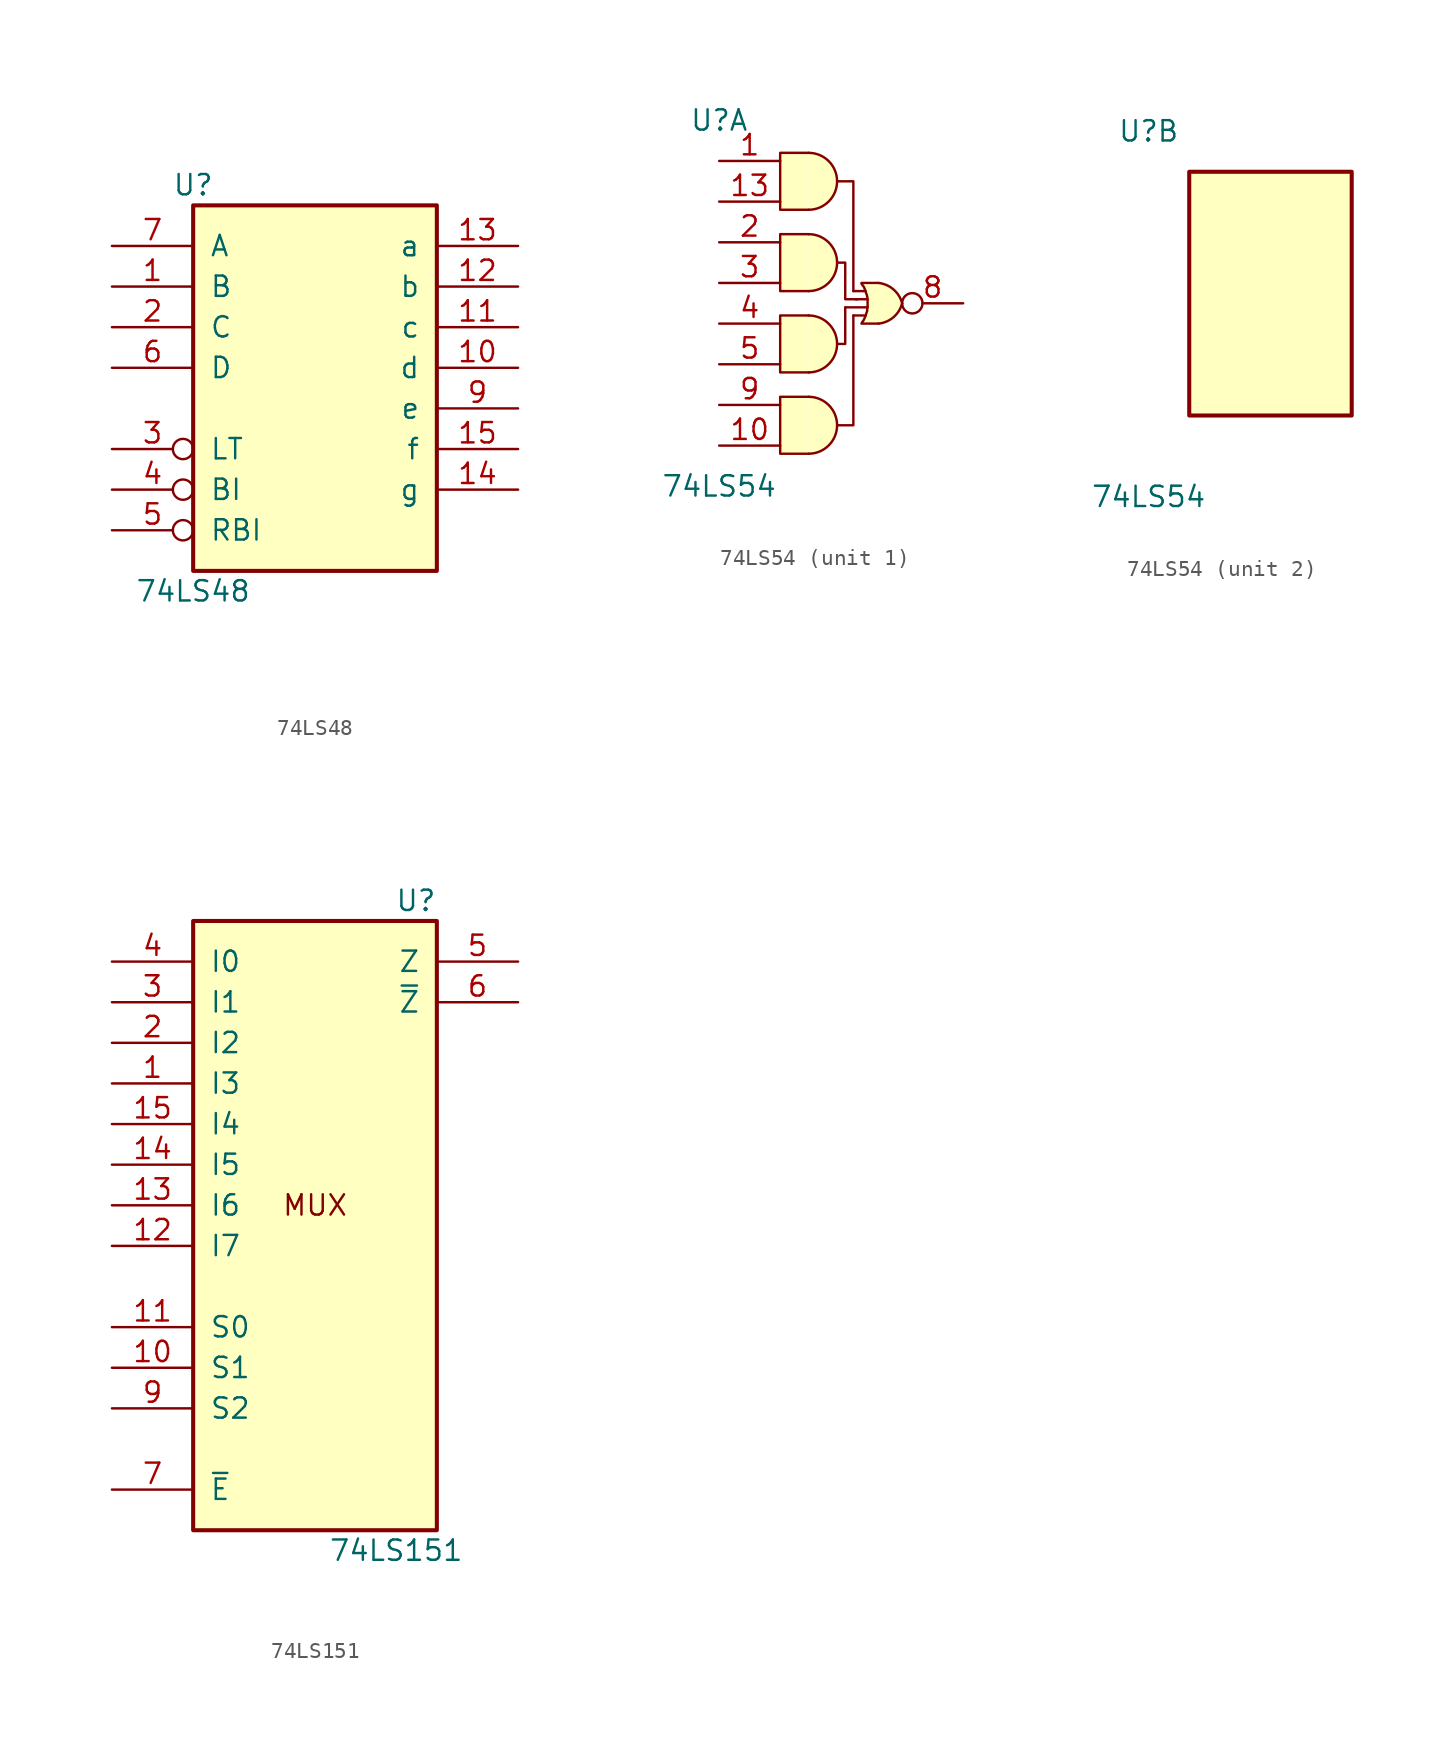
<source format=kicad_sym>
(kicad_symbol_lib
  (version 20231120)
  (generator "kicad_symbol_editor")
  (generator_version "8.0")
  (symbol "74LS48"
    (pin_names
      (offset 1.016))
    (property "Reference" "U"
      (at -7.62 11.43 0)
      (effects (font (size 1.27 1.27))))
    (property "Value" "74LS48"
      (at -7.62 -13.97 0)
      (effects (font (size 1.27 1.27))))
    (property "ki_locked" ""
      (at 0 0 0)
      (effects (font (size 1.27 1.27))))
    (symbol "74LS48_1_0"
      (pin input line (at -12.7 5.08 0) (length 5.08) (name "B" (effects (font (size 1.27 1.27)))) (number "1" (effects (font (size 1.27 1.27)))))
      (pin open_collector line (at 12.7 0 180) (length 5.08) (name "d" (effects (font (size 1.27 1.27)))) (number "10" (effects (font (size 1.27 1.27)))))
      (pin open_collector line (at 12.7 2.54 180) (length 5.08) (name "c" (effects (font (size 1.27 1.27)))) (number "11" (effects (font (size 1.27 1.27)))))
      (pin open_collector line (at 12.7 5.08 180) (length 5.08) (name "b" (effects (font (size 1.27 1.27)))) (number "12" (effects (font (size 1.27 1.27)))))
      (pin open_collector line (at 12.7 7.62 180) (length 5.08) (name "a" (effects (font (size 1.27 1.27)))) (number "13" (effects (font (size 1.27 1.27)))))
      (pin open_collector line (at 12.7 -7.62 180) (length 5.08) (name "g" (effects (font (size 1.27 1.27)))) (number "14" (effects (font (size 1.27 1.27)))))
      (pin open_collector line (at 12.7 -5.08 180) (length 5.08) (name "f" (effects (font (size 1.27 1.27)))) (number "15" (effects (font (size 1.27 1.27)))))
      (pin input line (at 0 15.24 270) (length 5.08) hide (name "VCC" (effects (font (size 1.27 1.27)))) (number "16" (effects (font (size 1.27 1.27)))))
      (pin input line (at -12.7 2.54 0) (length 5.08) (name "C" (effects (font (size 1.27 1.27)))) (number "2" (effects (font (size 1.27 1.27)))))
      (pin input inverted (at -12.7 -5.08 0) (length 5.08) (name "LT" (effects (font (size 1.27 1.27)))) (number "3" (effects (font (size 1.27 1.27)))))
      (pin input inverted (at -12.7 -7.62 0) (length 5.08) (name "BI" (effects (font (size 1.27 1.27)))) (number "4" (effects (font (size 1.27 1.27)))))
      (pin input inverted (at -12.7 -10.16 0) (length 5.08) (name "RBI" (effects (font (size 1.27 1.27)))) (number "5" (effects (font (size 1.27 1.27)))))
      (pin input line (at -12.7 0 0) (length 5.08) (name "D" (effects (font (size 1.27 1.27)))) (number "6" (effects (font (size 1.27 1.27)))))
      (pin input line (at -12.7 7.62 0) (length 5.08) (name "A" (effects (font (size 1.27 1.27)))) (number "7" (effects (font (size 1.27 1.27)))))
      (pin input line (at 0 -17.78 90) (length 5.08) hide (name "GND" (effects (font (size 1.27 1.27)))) (number "8" (effects (font (size 1.27 1.27)))))
      (pin open_collector line (at 12.7 -2.54 180) (length 5.08) (name "e" (effects (font (size 1.27 1.27)))) (number "9" (effects (font (size 1.27 1.27))))))
    (symbol "74LS48_1_1"
      (rectangle (start -7.62 10.16) (end 7.62 -12.7) (stroke (width 0.254) (type default)) (fill (type background)))))
  (symbol "74LS54"
    (pin_names
      (offset 1.016))
    (property "Reference" "U"
      (at -7.62 10.16 0)
      (effects (font (size 1.27 1.27))))
    (property "Value" "74LS54"
      (at -7.62 -12.7 0)
      (effects (font (size 1.27 1.27))))
    (property "ki_locked" ""
      (at 0 0 0)
      (effects (font (size 1.27 1.27))))
    (symbol "74LS54_1_0"
      (arc (start -2.032 -10.668) (mid -0.2617 -8.89) (end -2.032 -7.112) (stroke (width 0) (type default)) (fill (type background)))
      (arc (start -2.032 -5.588) (mid -0.2617 -3.81) (end -2.032 -2.032) (stroke (width 0) (type default)) (fill (type background)))
      (arc (start -2.032 -0.508) (mid -0.2617 1.27) (end -2.032 3.048) (stroke (width 0) (type default)) (fill (type background)))
      (arc (start -2.032 4.572) (mid -0.2617 6.35) (end -2.032 8.128) (stroke (width 0) (type default)) (fill (type background)))
      (polyline (pts (xy 0.254 -1.524) (xy 1.651 -1.524)) (stroke (width 0) (type default)) (fill (type none)))
      (polyline (pts (xy 0.762 -2.032) (xy 1.524 -2.032)) (stroke (width 0) (type default)) (fill (type none)))
      (polyline (pts (xy 0.762 -0.508) (xy 1.524 -0.508)) (stroke (width 0) (type default)) (fill (type none)))
      (polyline (pts (xy 1.651 -1.016) (xy 0.889 -1.016)) (stroke (width 0) (type default)) (fill (type none)))
      (polyline (pts (xy -0.254 -3.81) (xy 0.254 -3.81) (xy 0.254 -1.524)) (stroke (width 0) (type default)) (fill (type none)))
      (polyline (pts (xy 0.762 -2.032) (xy 0.762 -8.89) (xy -0.254 -8.89)) (stroke (width 0) (type default)) (fill (type none)))
      (polyline (pts (xy 0.762 -0.508) (xy 0.762 6.35) (xy -0.254 6.35)) (stroke (width 0) (type default)) (fill (type none)))
      (polyline (pts (xy -2.032 -7.112) (xy -3.81 -7.112) (xy -3.81 -10.668) (xy -2.032 -10.668)) (stroke (width 0) (type default)) (fill (type background)))
      (polyline (pts (xy -2.032 -2.032) (xy -3.81 -2.032) (xy -3.81 -5.588) (xy -2.032 -5.588)) (stroke (width 0) (type default)) (fill (type background)))
      (polyline (pts (xy -2.032 3.048) (xy -3.81 3.048) (xy -3.81 -0.508) (xy -2.032 -0.508)) (stroke (width 0) (type default)) (fill (type background)))
      (polyline (pts (xy -2.032 8.128) (xy -3.81 8.128) (xy -3.81 4.572) (xy -2.032 4.572)) (stroke (width 0) (type default)) (fill (type background)))
      (polyline (pts (xy 1.016 -1.016) (xy 0.254 -1.016) (xy 0.254 1.27) (xy -0.254 1.27)) (stroke (width 0) (type default)) (fill (type none)))
      (polyline (pts (xy 2.337 0) (xy 1.27 0) (xy 1.27 0) (xy 1.27 -0.051) (xy 1.346 -0.152) (xy 1.422 -0.254) (xy 1.473 -0.381) (xy 1.524 -0.508) (xy 1.549 -0.61) (xy 1.6 -0.737) (xy 1.626 -0.864) (xy 1.651 -0.991) (xy 1.651 -1.118) (xy 1.651 -1.245) (xy 1.651 -1.372) (xy 1.651 -1.499) (xy 1.626 -1.626) (xy 1.626 -1.753) (xy 1.575 -1.88) (xy 1.549 -1.981) (xy 1.499 -2.108) (xy 1.448 -2.235) (xy 1.397 -2.337) (xy 1.321 -2.438) (xy 1.27 -2.54) (xy 1.27 -2.54) (xy 2.337 -2.54)) (stroke (width 0.152) (type default)) (fill (type background)))
      (arc (start 2.3368 -2.54) (mid 3.2737 -2.1363) (end 3.81 -1.27) (stroke (width 0.1524) (type default)) (fill (type background)))
      (arc (start 3.81 -1.27) (mid 3.2708 -0.4071) (end 2.3368 0) (stroke (width 0.1524) (type default)) (fill (type background)))
      (pin input line (at -7.62 7.62 0) (length 3.81) (name "~" (effects (font (size 1.27 1.27)))) (number "1" (effects (font (size 1.27 1.27)))))
      (pin input line (at -7.62 -10.16 0) (length 3.81) (name "~" (effects (font (size 1.27 1.27)))) (number "10" (effects (font (size 1.27 1.27)))))
      (pin input line (at -7.62 5.08 0) (length 3.81) (name "~" (effects (font (size 1.27 1.27)))) (number "13" (effects (font (size 1.27 1.27)))))
      (pin input line (at -7.62 2.54 0) (length 3.81) (name "~" (effects (font (size 1.27 1.27)))) (number "2" (effects (font (size 1.27 1.27)))))
      (pin input line (at -7.62 0 0) (length 3.81) (name "~" (effects (font (size 1.27 1.27)))) (number "3" (effects (font (size 1.27 1.27)))))
      (pin input line (at -7.62 -2.54 0) (length 3.81) (name "~" (effects (font (size 1.27 1.27)))) (number "4" (effects (font (size 1.27 1.27)))))
      (pin input line (at -7.62 -5.08 0) (length 3.81) (name "~" (effects (font (size 1.27 1.27)))) (number "5" (effects (font (size 1.27 1.27)))))
      (pin output inverted (at 7.62 -1.27 180) (length 3.81) (name "~" (effects (font (size 1.27 1.27)))) (number "8" (effects (font (size 1.27 1.27)))))
      (pin input line (at -7.62 -7.62 0) (length 3.81) (name "~" (effects (font (size 1.27 1.27)))) (number "9" (effects (font (size 1.27 1.27))))))
    (symbol "74LS54_2_0"
      (pin input line (at 0 11.43 270) (length 3.81) hide (name "VCC" (effects (font (size 1.27 1.27)))) (number "14" (effects (font (size 1.27 1.27)))))
      (pin input line (at 0 -11.43 90) (length 3.81) hide (name "GND" (effects (font (size 1.27 1.27)))) (number "7" (effects (font (size 1.27 1.27))))))
    (symbol "74LS54_2_1"
      (rectangle (start -5.08 7.62) (end 5.08 -7.62) (stroke (width 0.254) (type default)) (fill (type background)))))
  (symbol "74LS151"
    (pin_names
      (offset 1.016))
    (property "Reference" "U"
      (at 7.62 19.05 0)
      (effects (font (size 1.27 1.27)) (justify right)))
    (property "Value" "74LS151"
      (at 5.08 -21.59 0)
      (effects (font (size 1.27 1.27))))
    (property "ki_locked" ""
      (at 0 0 0)
      (effects (font (size 1.27 1.27))))
    (symbol "74LS151_1_0"
      (pin input line (at -12.7 7.62 0) (length 5.08) (name "I3" (effects (font (size 1.27 1.27)))) (number "1" (effects (font (size 1.27 1.27)))))
      (pin input line (at -12.7 -10.16 0) (length 5.08) (name "S1" (effects (font (size 1.27 1.27)))) (number "10" (effects (font (size 1.27 1.27)))))
      (pin input line (at -12.7 -7.62 0) (length 5.08) (name "S0" (effects (font (size 1.27 1.27)))) (number "11" (effects (font (size 1.27 1.27)))))
      (pin input line (at -12.7 -2.54 0) (length 5.08) (name "I7" (effects (font (size 1.27 1.27)))) (number "12" (effects (font (size 1.27 1.27)))))
      (pin input line (at -12.7 0 0) (length 5.08) (name "I6" (effects (font (size 1.27 1.27)))) (number "13" (effects (font (size 1.27 1.27)))))
      (pin input line (at -12.7 2.54 0) (length 5.08) (name "I5" (effects (font (size 1.27 1.27)))) (number "14" (effects (font (size 1.27 1.27)))))
      (pin input line (at -12.7 5.08 0) (length 5.08) (name "I4" (effects (font (size 1.27 1.27)))) (number "15" (effects (font (size 1.27 1.27)))))
      (pin power_in line (at 0 17.78 270) (length 1.27) hide (name "VCC" (effects (font (size 1.27 1.27)))) (number "16" (effects (font (size 1.27 1.27)))))
      (pin input line (at -12.7 10.16 0) (length 5.08) (name "I2" (effects (font (size 1.27 1.27)))) (number "2" (effects (font (size 1.27 1.27)))))
      (pin input line (at -12.7 12.7 0) (length 5.08) (name "I1" (effects (font (size 1.27 1.27)))) (number "3" (effects (font (size 1.27 1.27)))))
      (pin input line (at -12.7 15.24 0) (length 5.08) (name "I0" (effects (font (size 1.27 1.27)))) (number "4" (effects (font (size 1.27 1.27)))))
      (pin output line (at 12.7 15.24 180) (length 5.08) (name "Z" (effects (font (size 1.27 1.27)))) (number "5" (effects (font (size 1.27 1.27)))))
      (pin output line (at 12.7 12.7 180) (length 5.08) (name "~{Z}" (effects (font (size 1.27 1.27)))) (number "6" (effects (font (size 1.27 1.27)))))
      (pin input line (at -12.7 -17.78 0) (length 5.08) (name "~{E}" (effects (font (size 1.27 1.27)))) (number "7" (effects (font (size 1.27 1.27)))))
      (pin power_in line (at 0 -20.32 90) (length 1.27) hide (name "GND" (effects (font (size 1.27 1.27)))) (number "8" (effects (font (size 1.27 1.27)))))
      (pin input line (at -12.7 -12.7 0) (length 5.08) (name "S2" (effects (font (size 1.27 1.27)))) (number "9" (effects (font (size 1.27 1.27))))))
    (symbol "74LS151_1_1"
      (rectangle (start -7.62 17.78) (end 7.62 -20.32) (stroke (width 0.254) (type default)) (fill (type background)))
      (text "MUX" (at 0 0 0) (effects (font (size 1.27 1.27)))))))
</source>
